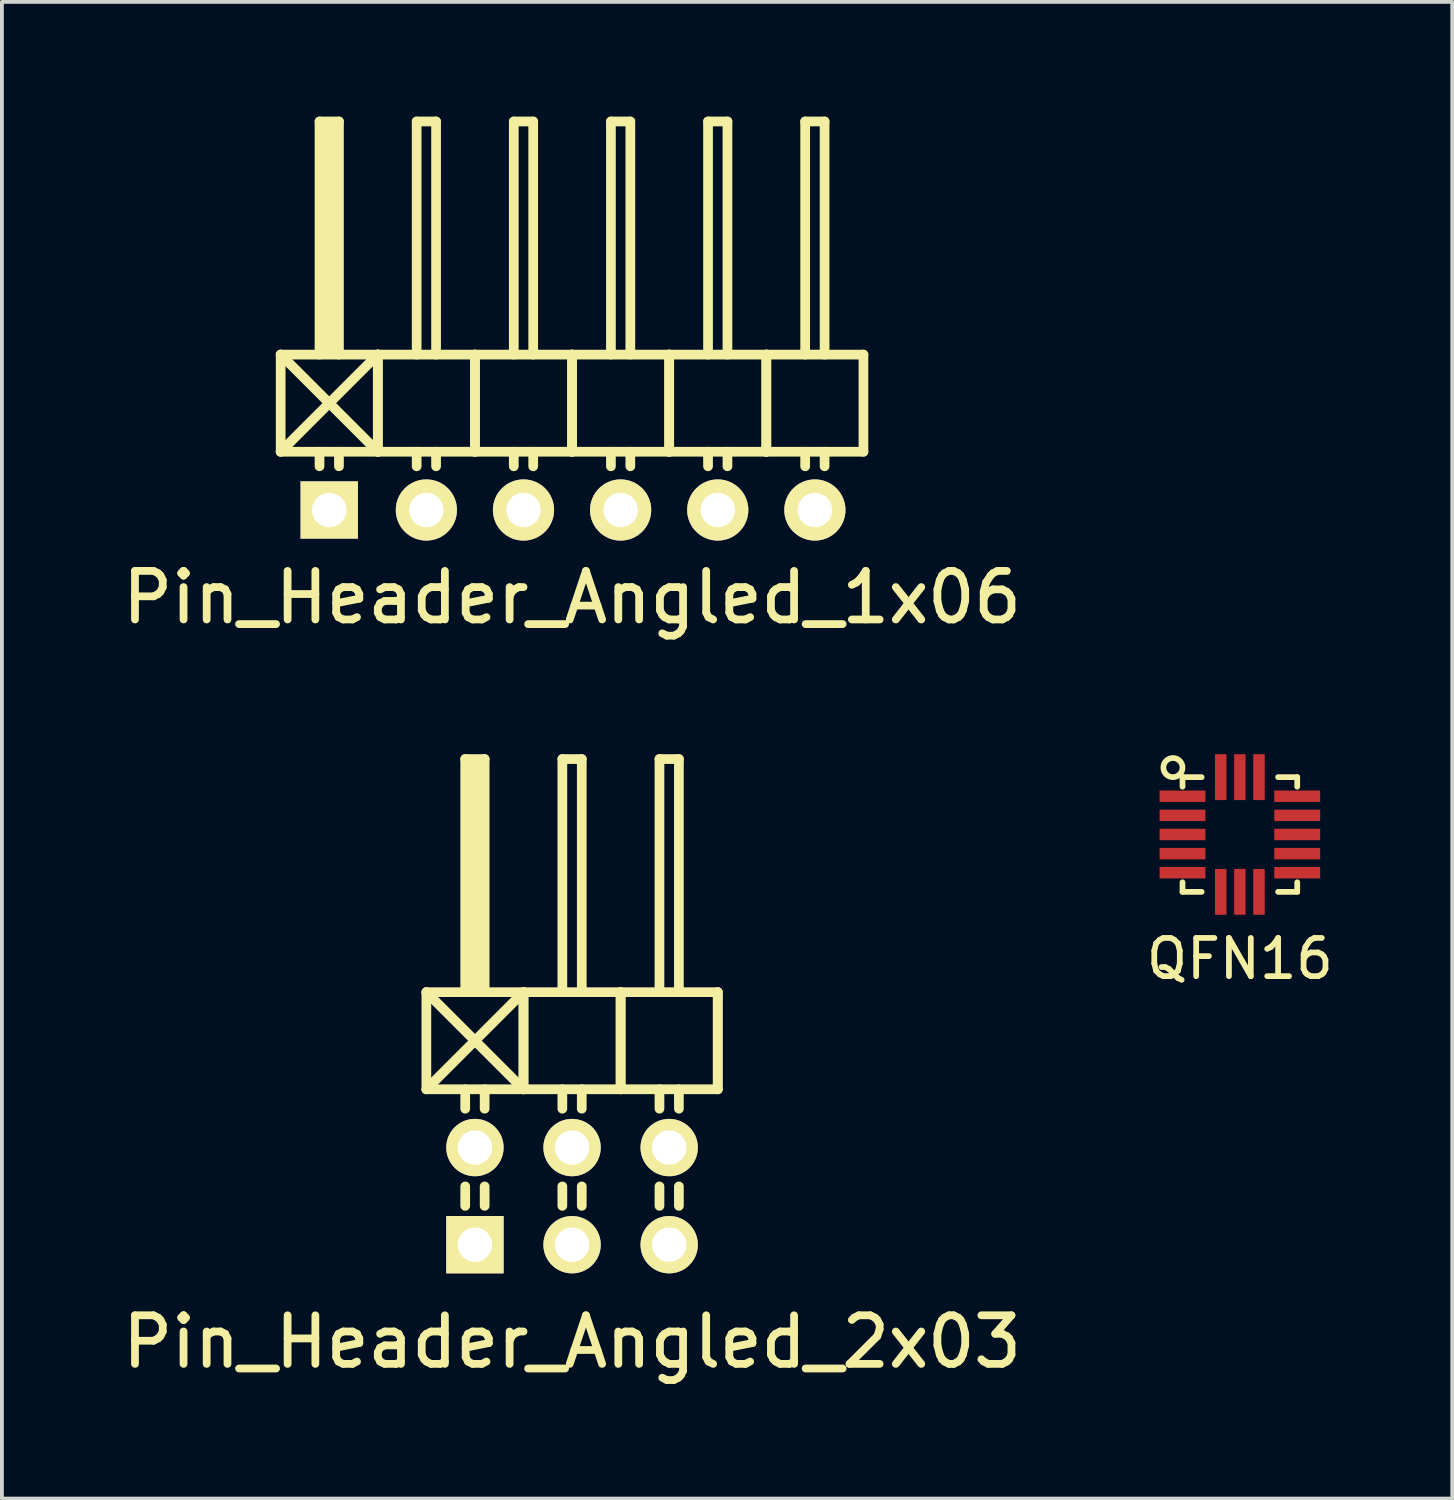
<source format=kicad_pcb>
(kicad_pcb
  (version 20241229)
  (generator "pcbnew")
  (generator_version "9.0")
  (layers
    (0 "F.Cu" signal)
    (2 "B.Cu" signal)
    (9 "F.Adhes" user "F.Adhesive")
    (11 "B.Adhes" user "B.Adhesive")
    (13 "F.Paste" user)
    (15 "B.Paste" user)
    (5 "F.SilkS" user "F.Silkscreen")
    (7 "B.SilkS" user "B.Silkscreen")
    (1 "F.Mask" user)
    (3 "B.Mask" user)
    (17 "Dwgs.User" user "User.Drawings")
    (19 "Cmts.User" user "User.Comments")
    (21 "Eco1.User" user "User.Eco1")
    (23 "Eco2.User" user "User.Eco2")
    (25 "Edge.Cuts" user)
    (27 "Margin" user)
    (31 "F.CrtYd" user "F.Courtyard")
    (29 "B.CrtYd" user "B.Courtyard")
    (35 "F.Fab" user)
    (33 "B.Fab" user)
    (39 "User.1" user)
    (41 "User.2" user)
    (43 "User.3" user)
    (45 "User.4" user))
  (footprint "Pin_Header_Angled_2x03"
    (layer "F.Cu")
    (at 11.91 28.23)
    (property "Reference" "Pin_Header_Angled_2x03" (at 0 3.81 0) (layer "F.SilkS") (effects (font (size 1.27 1.27) (thickness 0.203))))
    (attr through_hole)
    (fp_line (start -3.81 -5.334) (end -1.27 -2.794) (stroke (width 0.254) (type solid)) (layer "F.SilkS"))
    (fp_line (start -3.81 -2.794) (end -3.81 -5.334) (stroke (width 0.254) (type solid)) (layer "F.SilkS"))
    (fp_line (start -3.81 -2.794) (end -1.27 -5.334) (stroke (width 0.254) (type solid)) (layer "F.SilkS"))
    (fp_line (start -3.81 -2.794) (end -1.27 -2.794) (stroke (width 0.254) (type solid)) (layer "F.SilkS"))
    (fp_line (start -2.794 -11.43) (end -2.286 -11.43) (stroke (width 0.254) (type solid)) (layer "F.SilkS"))
    (fp_line (start -2.794 -5.334) (end -2.794 -11.43) (stroke (width 0.254) (type solid)) (layer "F.SilkS"))
    (fp_line (start -2.794 -2.794) (end -2.794 -2.286) (stroke (width 0.254) (type solid)) (layer "F.SilkS"))
    (fp_line (start -2.794 -0.254) (end -2.794 0.254) (stroke (width 0.254) (type solid)) (layer "F.SilkS"))
    (fp_line (start -2.667 -11.303) (end -2.413 -11.303) (stroke (width 0.254) (type solid)) (layer "F.SilkS"))
    (fp_line (start -2.667 -5.334) (end -2.667 -11.303) (stroke (width 0.254) (type solid)) (layer "F.SilkS"))
    (fp_line (start -2.54 -5.461) (end -2.54 -11.303) (stroke (width 0.254) (type solid)) (layer "F.SilkS"))
    (fp_line (start -2.413 -11.303) (end -2.413 -5.461) (stroke (width 0.254) (type solid)) (layer "F.SilkS"))
    (fp_line (start -2.413 -5.461) (end -2.54 -5.461) (stroke (width 0.254) (type solid)) (layer "F.SilkS"))
    (fp_line (start -2.286 -11.43) (end -2.286 -5.334) (stroke (width 0.254) (type solid)) (layer "F.SilkS"))
    (fp_line (start -2.286 -2.794) (end -2.286 -2.286) (stroke (width 0.254) (type solid)) (layer "F.SilkS"))
    (fp_line (start -2.286 -0.254) (end -2.286 0.254) (stroke (width 0.254) (type solid)) (layer "F.SilkS"))
    (fp_line (start -1.27 -5.334) (end -3.81 -5.334) (stroke (width 0.254) (type solid)) (layer "F.SilkS"))
    (fp_line (start -1.27 -2.794) (end -1.27 -5.334) (stroke (width 0.254) (type solid)) (layer "F.SilkS"))
    (fp_line (start -1.27 -2.794) (end -1.27 -5.334) (stroke (width 0.254) (type solid)) (layer "F.SilkS"))
    (fp_line (start -1.27 -2.794) (end 1.27 -2.794) (stroke (width 0.254) (type solid)) (layer "F.SilkS"))
    (fp_line (start -0.254 -11.43) (end 0.254 -11.43) (stroke (width 0.254) (type solid)) (layer "F.SilkS"))
    (fp_line (start -0.254 -5.334) (end -0.254 -11.43) (stroke (width 0.254) (type solid)) (layer "F.SilkS"))
    (fp_line (start -0.254 -2.794) (end -0.254 -2.286) (stroke (width 0.254) (type solid)) (layer "F.SilkS"))
    (fp_line (start -0.254 -0.254) (end -0.254 0.254) (stroke (width 0.254) (type solid)) (layer "F.SilkS"))
    (fp_line (start 0.254 -11.43) (end 0.254 -5.334) (stroke (width 0.254) (type solid)) (layer "F.SilkS"))
    (fp_line (start 0.254 -2.794) (end 0.254 -2.286) (stroke (width 0.254) (type solid)) (layer "F.SilkS"))
    (fp_line (start 0.254 -0.254) (end 0.254 0.254) (stroke (width 0.254) (type solid)) (layer "F.SilkS"))
    (fp_line (start 1.27 -5.334) (end -1.27 -5.334) (stroke (width 0.254) (type solid)) (layer "F.SilkS"))
    (fp_line (start 1.27 -2.794) (end 1.27 -5.334) (stroke (width 0.254) (type solid)) (layer "F.SilkS"))
    (fp_line (start 1.27 -2.794) (end 1.27 -5.334) (stroke (width 0.254) (type solid)) (layer "F.SilkS"))
    (fp_line (start 1.27 -2.794) (end 3.81 -2.794) (stroke (width 0.254) (type solid)) (layer "F.SilkS"))
    (fp_line (start 2.286 -11.43) (end 2.794 -11.43) (stroke (width 0.254) (type solid)) (layer "F.SilkS"))
    (fp_line (start 2.286 -5.334) (end 2.286 -11.43) (stroke (width 0.254) (type solid)) (layer "F.SilkS"))
    (fp_line (start 2.286 -2.794) (end 2.286 -2.286) (stroke (width 0.254) (type solid)) (layer "F.SilkS"))
    (fp_line (start 2.286 -0.254) (end 2.286 0.254) (stroke (width 0.254) (type solid)) (layer "F.SilkS"))
    (fp_line (start 2.794 -11.43) (end 2.794 -5.334) (stroke (width 0.254) (type solid)) (layer "F.SilkS"))
    (fp_line (start 2.794 -2.794) (end 2.794 -2.286) (stroke (width 0.254) (type solid)) (layer "F.SilkS"))
    (fp_line (start 2.794 -0.254) (end 2.794 0.254) (stroke (width 0.254) (type solid)) (layer "F.SilkS"))
    (fp_line (start 3.81 -5.334) (end 1.27 -5.334) (stroke (width 0.254) (type solid)) (layer "F.SilkS"))
    (fp_line (start 3.81 -2.794) (end 3.81 -5.334) (stroke (width 0.254) (type solid)) (layer "F.SilkS"))
    (fp_line (start 3.81 -2.794) (end 3.81 -5.334) (stroke (width 0.254) (type solid)) (layer "F.SilkS"))
    (pad "1" thru_hole rect (at -2.54 1.27) (size 1.5 1.5) (drill 0.9) (layers "*.Cu" "*.Mask" "F.SilkS"))
    (pad "2" thru_hole oval (at -2.54 -1.27) (size 1.5 1.5) (drill 0.9) (layers "*.Cu" "*.Mask" "F.SilkS"))
    (pad "3" thru_hole oval (at 0 1.27) (size 1.5 1.5) (drill 0.9) (layers "*.Cu" "*.Mask" "F.SilkS"))
    (pad "4" thru_hole oval (at 0 -1.27) (size 1.5 1.5) (drill 0.9) (layers "*.Cu" "*.Mask" "F.SilkS"))
    (pad "5" thru_hole oval (at 2.54 1.27) (size 1.5 1.5) (drill 0.9) (layers "*.Cu" "*.Mask" "F.SilkS"))
    (pad "6" thru_hole oval (at 2.54 -1.27) (size 1.5 1.5) (drill 0.9) (layers "*.Cu" "*.Mask" "F.SilkS")))
  (footprint "Pin_Header_Angled_1x06"
    (layer "F.Cu")
    (at 11.91 10.287)
    (property "Reference" "Pin_Header_Angled_1x06" (at 0 2.286 0) (layer "F.SilkS") (effects (font (size 1.27 1.27) (thickness 0.203))))
    (attr through_hole)
    (fp_line (start -7.62 -4.064) (end -5.08 -1.524) (stroke (width 0.254) (type solid)) (layer "F.SilkS"))
    (fp_line (start -7.62 -1.524) (end -7.62 -4.064) (stroke (width 0.254) (type solid)) (layer "F.SilkS"))
    (fp_line (start -7.62 -1.524) (end -5.08 -1.524) (stroke (width 0.254) (type solid)) (layer "F.SilkS"))
    (fp_line (start -6.604 -10.16) (end -6.096 -10.16) (stroke (width 0.254) (type solid)) (layer "F.SilkS"))
    (fp_line (start -6.604 -4.064) (end -6.604 -10.16) (stroke (width 0.254) (type solid)) (layer "F.SilkS"))
    (fp_line (start -6.604 -1.524) (end -6.604 -1.143) (stroke (width 0.254) (type solid)) (layer "F.SilkS"))
    (fp_line (start -6.477 -10.033) (end -6.223 -10.033) (stroke (width 0.254) (type solid)) (layer "F.SilkS"))
    (fp_line (start -6.477 -4.191) (end -6.477 -10.033) (stroke (width 0.254) (type solid)) (layer "F.SilkS"))
    (fp_line (start -6.35 -4.191) (end -6.35 -10.033) (stroke (width 0.254) (type solid)) (layer "F.SilkS"))
    (fp_line (start -6.223 -10.033) (end -6.223 -4.191) (stroke (width 0.254) (type solid)) (layer "F.SilkS"))
    (fp_line (start -6.223 -4.191) (end -6.35 -4.191) (stroke (width 0.254) (type solid)) (layer "F.SilkS"))
    (fp_line (start -6.096 -10.16) (end -6.096 -4.064) (stroke (width 0.254) (type solid)) (layer "F.SilkS"))
    (fp_line (start -6.096 -1.524) (end -6.096 -1.143) (stroke (width 0.254) (type solid)) (layer "F.SilkS"))
    (fp_line (start -5.08 -4.064) (end -7.62 -4.064) (stroke (width 0.254) (type solid)) (layer "F.SilkS"))
    (fp_line (start -5.08 -4.064) (end -7.62 -1.524) (stroke (width 0.254) (type solid)) (layer "F.SilkS"))
    (fp_line (start -5.08 -1.524) (end -5.08 -4.064) (stroke (width 0.254) (type solid)) (layer "F.SilkS"))
    (fp_line (start -5.08 -1.524) (end -5.08 -4.064) (stroke (width 0.254) (type solid)) (layer "F.SilkS"))
    (fp_line (start -5.08 -1.524) (end -2.54 -1.524) (stroke (width 0.254) (type solid)) (layer "F.SilkS"))
    (fp_line (start -4.064 -10.16) (end -3.556 -10.16) (stroke (width 0.254) (type solid)) (layer "F.SilkS"))
    (fp_line (start -4.064 -4.064) (end -4.064 -10.16) (stroke (width 0.254) (type solid)) (layer "F.SilkS"))
    (fp_line (start -4.064 -1.524) (end -4.064 -1.143) (stroke (width 0.254) (type solid)) (layer "F.SilkS"))
    (fp_line (start -3.556 -10.16) (end -3.556 -4.064) (stroke (width 0.254) (type solid)) (layer "F.SilkS"))
    (fp_line (start -3.556 -1.524) (end -3.556 -1.143) (stroke (width 0.254) (type solid)) (layer "F.SilkS"))
    (fp_line (start -2.54 -4.064) (end -5.08 -4.064) (stroke (width 0.254) (type solid)) (layer "F.SilkS"))
    (fp_line (start -2.54 -1.524) (end -2.54 -4.064) (stroke (width 0.254) (type solid)) (layer "F.SilkS"))
    (fp_line (start -2.54 -1.524) (end -2.54 -4.064) (stroke (width 0.254) (type solid)) (layer "F.SilkS"))
    (fp_line (start -2.54 -1.524) (end 0 -1.524) (stroke (width 0.254) (type solid)) (layer "F.SilkS"))
    (fp_line (start -1.524 -10.16) (end -1.016 -10.16) (stroke (width 0.254) (type solid)) (layer "F.SilkS"))
    (fp_line (start -1.524 -4.064) (end -1.524 -10.16) (stroke (width 0.254) (type solid)) (layer "F.SilkS"))
    (fp_line (start -1.524 -1.524) (end -1.524 -1.143) (stroke (width 0.254) (type solid)) (layer "F.SilkS"))
    (fp_line (start -1.016 -10.16) (end -1.016 -4.064) (stroke (width 0.254) (type solid)) (layer "F.SilkS"))
    (fp_line (start -1.016 -1.524) (end -1.016 -1.143) (stroke (width 0.254) (type solid)) (layer "F.SilkS"))
    (fp_line (start 0 -4.064) (end -2.54 -4.064) (stroke (width 0.254) (type solid)) (layer "F.SilkS"))
    (fp_line (start 0 -1.524) (end 0 -4.064) (stroke (width 0.254) (type solid)) (layer "F.SilkS"))
    (fp_line (start 0 -1.524) (end 0 -4.064) (stroke (width 0.254) (type solid)) (layer "F.SilkS"))
    (fp_line (start 0 -1.524) (end 2.54 -1.524) (stroke (width 0.254) (type solid)) (layer "F.SilkS"))
    (fp_line (start 1.016 -10.16) (end 1.524 -10.16) (stroke (width 0.254) (type solid)) (layer "F.SilkS"))
    (fp_line (start 1.016 -4.064) (end 1.016 -10.16) (stroke (width 0.254) (type solid)) (layer "F.SilkS"))
    (fp_line (start 1.016 -1.524) (end 1.016 -1.143) (stroke (width 0.254) (type solid)) (layer "F.SilkS"))
    (fp_line (start 1.524 -10.16) (end 1.524 -4.064) (stroke (width 0.254) (type solid)) (layer "F.SilkS"))
    (fp_line (start 1.524 -1.524) (end 1.524 -1.143) (stroke (width 0.254) (type solid)) (layer "F.SilkS"))
    (fp_line (start 2.54 -4.064) (end 0 -4.064) (stroke (width 0.254) (type solid)) (layer "F.SilkS"))
    (fp_line (start 2.54 -1.524) (end 2.54 -4.064) (stroke (width 0.254) (type solid)) (layer "F.SilkS"))
    (fp_line (start 2.54 -1.524) (end 2.54 -4.064) (stroke (width 0.254) (type solid)) (layer "F.SilkS"))
    (fp_line (start 2.54 -1.524) (end 5.08 -1.524) (stroke (width 0.254) (type solid)) (layer "F.SilkS"))
    (fp_line (start 3.556 -10.16) (end 4.064 -10.16) (stroke (width 0.254) (type solid)) (layer "F.SilkS"))
    (fp_line (start 3.556 -4.064) (end 3.556 -10.16) (stroke (width 0.254) (type solid)) (layer "F.SilkS"))
    (fp_line (start 3.556 -1.524) (end 3.556 -1.143) (stroke (width 0.254) (type solid)) (layer "F.SilkS"))
    (fp_line (start 4.064 -10.16) (end 4.064 -4.064) (stroke (width 0.254) (type solid)) (layer "F.SilkS"))
    (fp_line (start 4.064 -1.524) (end 4.064 -1.143) (stroke (width 0.254) (type solid)) (layer "F.SilkS"))
    (fp_line (start 5.08 -4.064) (end 2.54 -4.064) (stroke (width 0.254) (type solid)) (layer "F.SilkS"))
    (fp_line (start 5.08 -1.524) (end 5.08 -4.064) (stroke (width 0.254) (type solid)) (layer "F.SilkS"))
    (fp_line (start 5.08 -1.524) (end 5.08 -4.064) (stroke (width 0.254) (type solid)) (layer "F.SilkS"))
    (fp_line (start 5.08 -1.524) (end 7.62 -1.524) (stroke (width 0.254) (type solid)) (layer "F.SilkS"))
    (fp_line (start 6.096 -10.16) (end 6.604 -10.16) (stroke (width 0.254) (type solid)) (layer "F.SilkS"))
    (fp_line (start 6.096 -4.064) (end 6.096 -10.16) (stroke (width 0.254) (type solid)) (layer "F.SilkS"))
    (fp_line (start 6.096 -1.524) (end 6.096 -1.143) (stroke (width 0.254) (type solid)) (layer "F.SilkS"))
    (fp_line (start 6.604 -10.16) (end 6.604 -4.064) (stroke (width 0.254) (type solid)) (layer "F.SilkS"))
    (fp_line (start 6.604 -1.524) (end 6.604 -1.143) (stroke (width 0.254) (type solid)) (layer "F.SilkS"))
    (fp_line (start 7.62 -4.064) (end 5.08 -4.064) (stroke (width 0.254) (type solid)) (layer "F.SilkS"))
    (fp_line (start 7.62 -1.524) (end 7.62 -4.064) (stroke (width 0.254) (type solid)) (layer "F.SilkS"))
    (pad "1" thru_hole rect (at -6.35 0) (size 1.5 1.5) (drill 0.9) (layers "*.Cu" "*.Mask" "F.SilkS"))
    (pad "2" thru_hole oval (at -3.81 0) (size 1.6 1.6) (drill 0.9) (layers "*.Cu" "*.Mask" "F.SilkS"))
    (pad "3" thru_hole oval (at -1.27 0) (size 1.6 1.6) (drill 0.9) (layers "*.Cu" "*.Mask" "F.SilkS"))
    (pad "4" thru_hole oval (at 1.27 0) (size 1.6 1.6) (drill 0.9) (layers "*.Cu" "*.Mask" "F.SilkS"))
    (pad "5" thru_hole oval (at 3.81 0) (size 1.6 1.6) (drill 0.9) (layers "*.Cu" "*.Mask" "F.SilkS"))
    (pad "6" thru_hole oval (at 6.35 0) (size 1.6 1.6) (drill 0.9) (layers "*.Cu" "*.Mask" "F.SilkS")))
  (footprint "QFN16"
    (layer "F.Cu")
    (at 29.374 18.773)
    (property "Reference" "QFN16" (at 0 3.25 0) (layer "F.SilkS") (effects (font (size 1 1) (thickness 0.15))))
    (attr through_hole)
    (fp_line (start -1.5 -1.5) (end -1 -1.5) (stroke (width 0.15) (type solid)) (layer "F.SilkS"))
    (fp_line (start -1.5 -1.25) (end -1.5 -1.5) (stroke (width 0.15) (type solid)) (layer "F.SilkS"))
    (fp_line (start -1.5 1.5) (end -1.5 1.25) (stroke (width 0.15) (type solid)) (layer "F.SilkS"))
    (fp_line (start -1 1.5) (end -1.5 1.5) (stroke (width 0.15) (type solid)) (layer "F.SilkS"))
    (fp_line (start 1 -1.5) (end 1.5 -1.5) (stroke (width 0.15) (type solid)) (layer "F.SilkS"))
    (fp_line (start 1.5 -1.5) (end 1.5 -1.25) (stroke (width 0.15) (type solid)) (layer "F.SilkS"))
    (fp_line (start 1.5 1.25) (end 1.5 1.5) (stroke (width 0.15) (type solid)) (layer "F.SilkS"))
    (fp_line (start 1.5 1.5) (end 1 1.5) (stroke (width 0.15) (type solid)) (layer "F.SilkS"))
    (fp_circle (center -1.75 -1.75) (end -1.5 -1.75) (stroke (width 0.15) (type solid)) (fill no) (layer "F.SilkS"))
    (pad "1" smd rect (at -1.5 -1) (size 1.2 0.3) (layers "F.Cu" "F.Mask" "F.Paste"))
    (pad "2" smd rect (at -1.5 -0.5) (size 1.2 0.3) (layers "F.Cu" "F.Mask" "F.Paste"))
    (pad "3" smd rect (at -1.5 0) (size 1.2 0.3) (layers "F.Cu" "F.Mask" "F.Paste"))
    (pad "4" smd rect (at -1.5 0.5) (size 1.2 0.3) (layers "F.Cu" "F.Mask" "F.Paste"))
    (pad "5" smd rect (at -1.5 1) (size 1.2 0.3) (layers "F.Cu" "F.Mask" "F.Paste"))
    (pad "6" smd rect (at -0.5 1.5 90) (size 1.2 0.3) (layers "F.Cu" "F.Mask" "F.Paste"))
    (pad "7" smd rect (at 0 1.5 90) (size 1.2 0.3) (layers "F.Cu" "F.Mask" "F.Paste"))
    (pad "8" smd rect (at 0.5 1.5 90) (size 1.2 0.3) (layers "F.Cu" "F.Mask" "F.Paste"))
    (pad "9" smd rect (at 1.5 1) (size 1.2 0.3) (layers "F.Cu" "F.Mask" "F.Paste"))
    (pad "10" smd rect (at 1.5 0.5) (size 1.2 0.3) (layers "F.Cu" "F.Mask" "F.Paste"))
    (pad "11" smd rect (at 1.5 0) (size 1.2 0.3) (layers "F.Cu" "F.Mask" "F.Paste"))
    (pad "12" smd rect (at 1.5 -0.5) (size 1.2 0.3) (layers "F.Cu" "F.Mask" "F.Paste"))
    (pad "13" smd rect (at 1.5 -1) (size 1.2 0.3) (layers "F.Cu" "F.Mask" "F.Paste"))
    (pad "14" smd rect (at 0.5 -1.5 90) (size 1.2 0.3) (layers "F.Cu" "F.Mask" "F.Paste"))
    (pad "15" smd rect (at 0 -1.5 90) (size 1.2 0.3) (layers "F.Cu" "F.Mask" "F.Paste"))
    (pad "16" smd rect (at -0.5 -1.5 90) (size 1.2 0.3) (layers "F.Cu" "F.Mask" "F.Paste")))
  (gr_rect
    (start -3 -3)
    (end 34.928 36.139)
    (stroke (width 0.1) (type default))
    (fill no)
    (layer "Edge.Cuts")))
</source>
